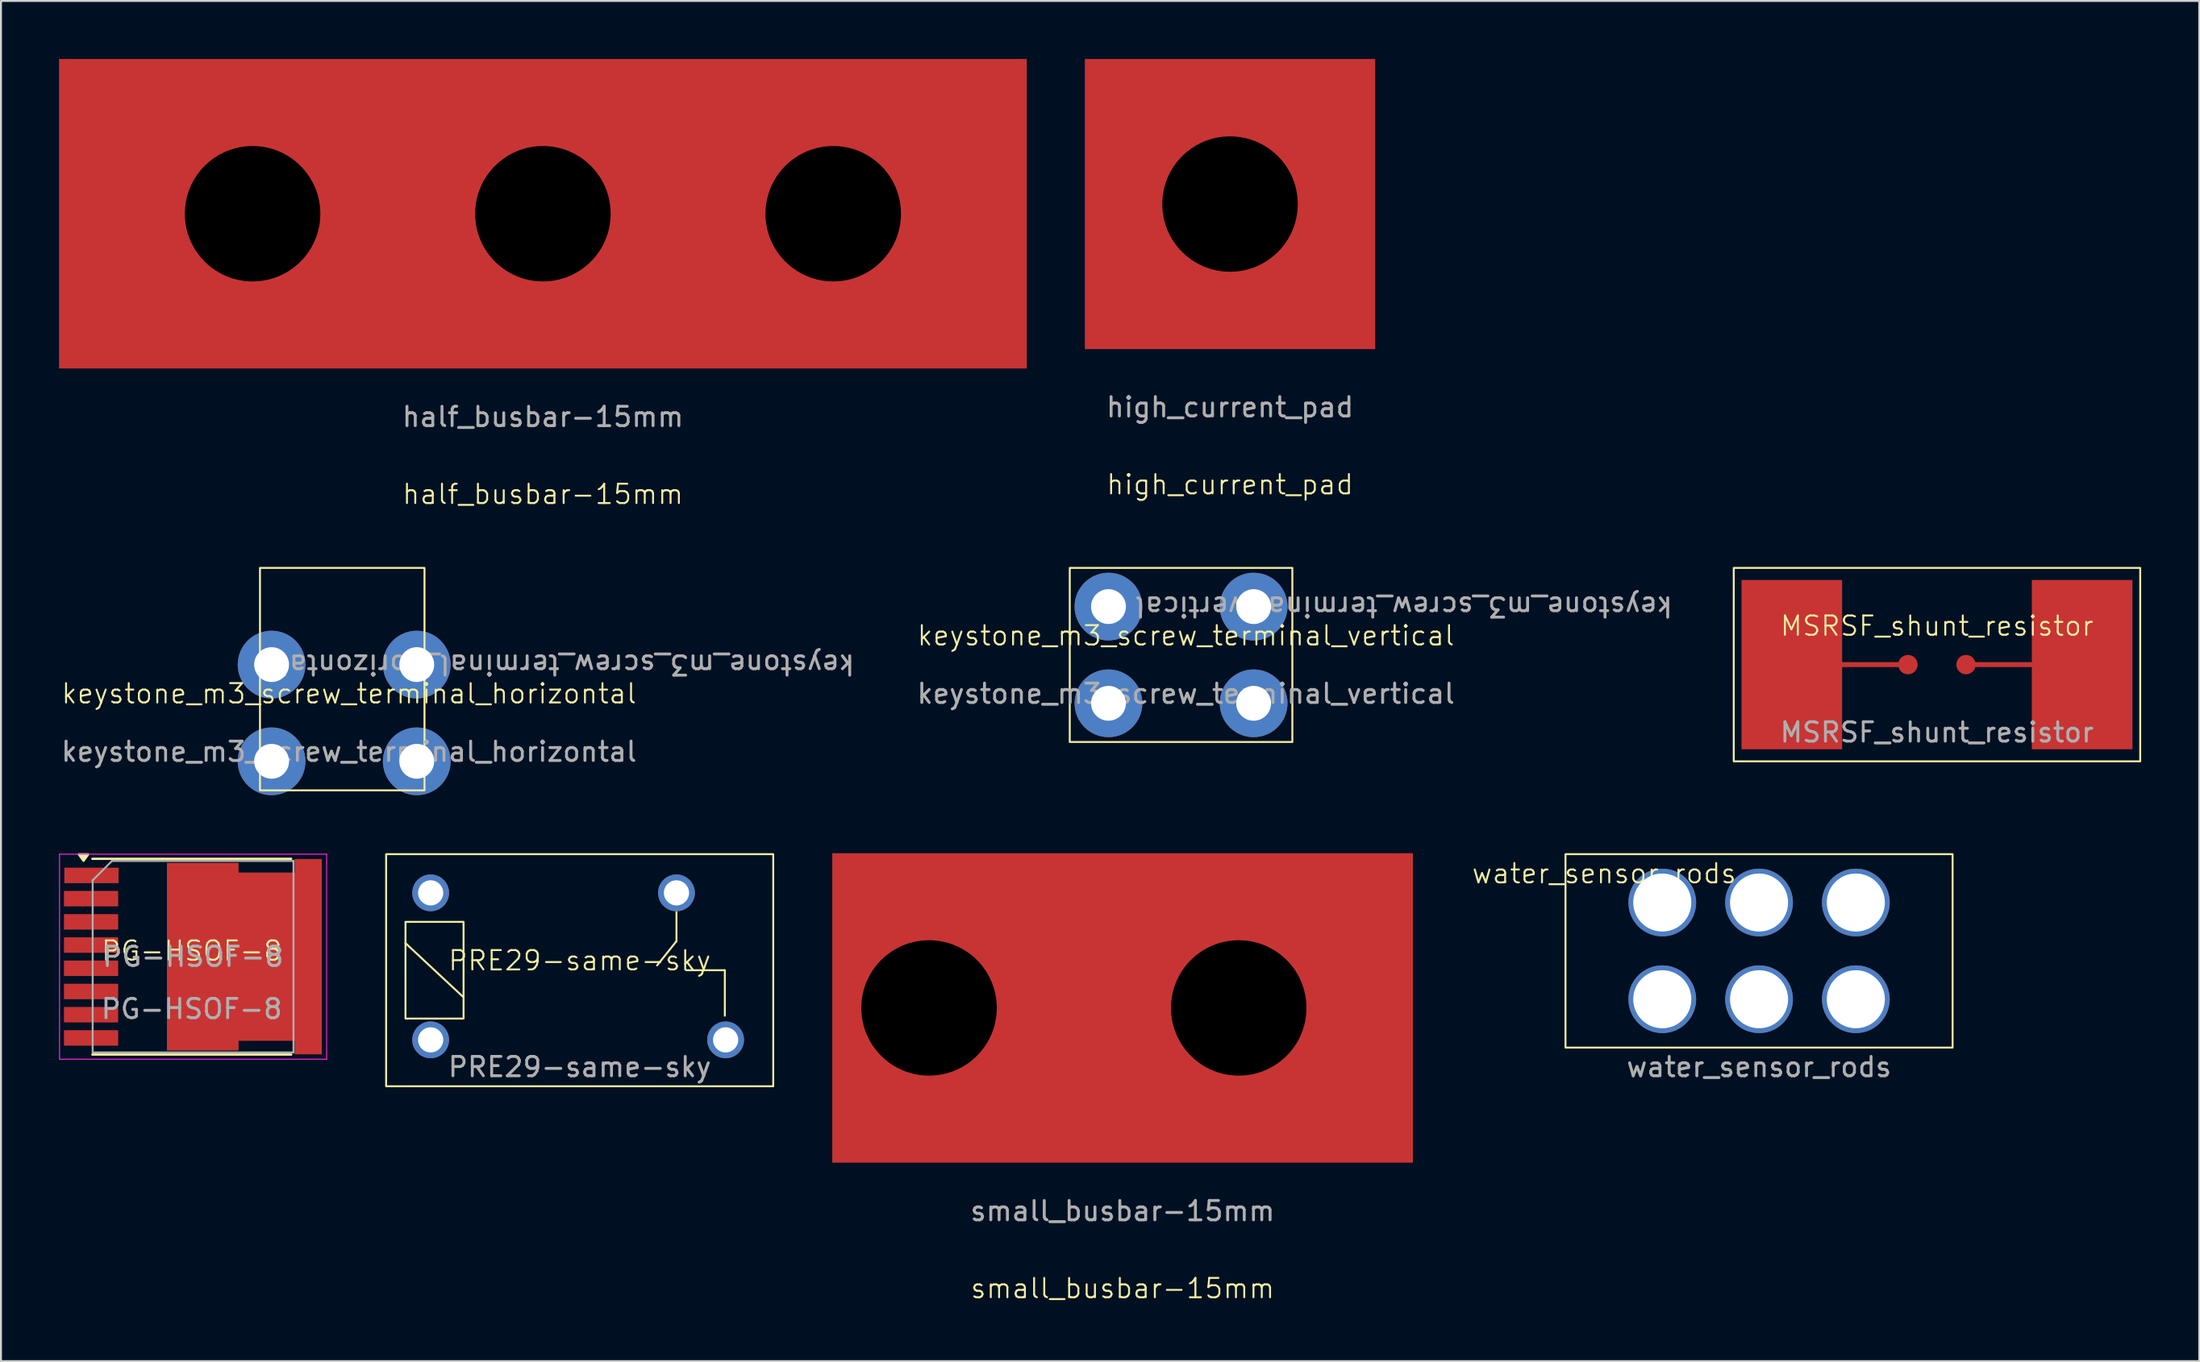
<source format=kicad_pcb>
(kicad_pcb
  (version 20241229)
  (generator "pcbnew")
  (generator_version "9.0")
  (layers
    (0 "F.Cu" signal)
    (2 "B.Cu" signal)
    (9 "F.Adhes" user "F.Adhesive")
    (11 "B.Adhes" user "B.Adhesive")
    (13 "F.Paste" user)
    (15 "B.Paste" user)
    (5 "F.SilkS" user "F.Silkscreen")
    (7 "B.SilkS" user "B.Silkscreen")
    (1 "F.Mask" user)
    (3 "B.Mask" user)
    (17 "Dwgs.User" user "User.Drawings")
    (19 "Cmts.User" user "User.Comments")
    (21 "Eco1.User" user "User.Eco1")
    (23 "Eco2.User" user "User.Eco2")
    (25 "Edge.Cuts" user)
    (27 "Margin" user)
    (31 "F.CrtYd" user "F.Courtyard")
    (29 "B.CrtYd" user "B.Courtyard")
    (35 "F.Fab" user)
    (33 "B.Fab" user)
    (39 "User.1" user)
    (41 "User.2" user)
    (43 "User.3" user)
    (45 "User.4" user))
  (footprint "MSRSF_shunt_resistor"
    (layer "F.Cu")
    (at 97.026 31.311)
    (property "Reference" "MSRSF_shunt_resistor" (at 0 -2 0) (unlocked yes) (layer "F.SilkS") (effects (font (size 1 1) (thickness 0.1))))
    (attr smd)
    (fp_line (start -1.5 0) (end -5 0) (stroke (width 0.254) (type default)) (layer "F.Cu"))
    (fp_line (start 1.5 0) (end 5 0) (stroke (width 0.254) (type default)) (layer "F.Cu"))
    (fp_rect (start -10.5 -5) (end 10.5 5) (stroke (width 0.1) (type default)) (fill no) (layer "F.SilkS"))
    (fp_text user "${REFERENCE}" (at 0 3.5 0) (unlocked yes) (layer "F.Fab") (effects (font (size 1 1) (thickness 0.15))))
    (pad "1" smd rect (at -7.5 0) (size 5.2 8.75) (layers "F.Cu" "F.Mask" "F.Paste"))
    (pad "2" smd circle (at -1.5 0) (size 1 1) (layers "F.Cu" "F.Mask" "F.Paste"))
    (pad "3" smd circle (at 1.5 0) (size 1 1) (layers "F.Cu" "F.Mask" "F.Paste"))
    (pad "4" smd rect (at 7.5 0) (size 5.2 8.75) (layers "F.Cu" "F.Mask" "F.Paste")))
  (footprint "water_sensor_rods"
    (layer "F.Cu")
    (at 87.833 46.111)
    (property "Reference" "water_sensor_rods" (at -8 -4 0) (unlocked yes) (layer "F.SilkS") (effects (font (size 1 1) (thickness 0.1))))
    (fp_rect (start -10 -5) (end 10 5) (stroke (width 0.1) (type default)) (fill no) (layer "F.SilkS"))
    (fp_text user "${REFERENCE}" (at 0 6 0) (unlocked yes) (layer "F.Fab") (effects (font (size 1 1) (thickness 0.15))))
    (pad "1" thru_hole circle (at -5 -2.5) (size 3.5 3.5) (drill 3) (layers "*.Cu" "*.Mask"))
    (pad "2" thru_hole circle (at 0 -2.5) (size 3.5 3.5) (drill 3) (layers "*.Cu" "*.Mask"))
    (pad "3" thru_hole circle (at 5 -2.5) (size 3.5 3.5) (drill 3) (layers "*.Cu" "*.Mask"))
    (pad "4" thru_hole circle (at -5 2.5) (size 3.5 3.5) (drill 3) (layers "*.Cu" "*.Mask"))
    (pad "5" thru_hole circle (at 0 2.5) (size 3.5 3.5) (drill 3) (layers "*.Cu" "*.Mask"))
    (pad "6" thru_hole circle (at 5 2.5) (size 3.5 3.5) (drill 3) (layers "*.Cu" "*.Mask")))
  (footprint "small_busbar-15mm"
    (layer "F.Cu")
    (at 54.95 49.06)
    (property "Reference" "small_busbar-15mm" (at 0 14.5 0) (unlocked yes) (layer "F.SilkS") (effects (font (size 1 1) (thickness 0.1))))
    (attr smd)
    (fp_text user "${REFERENCE}" (at 0 10.5 0) (unlocked yes) (layer "F.Fab") (effects (font (size 1 1) (thickness 0.15))))
    (pad "" np_thru_hole circle (at -10 0) (size 7 7) (drill 7) (layers "*.Mask"))
    (pad "" np_thru_hole circle (at 6 0) (size 7 7) (drill 7) (layers "*.Mask"))
    (pad "1" smd rect (at 0 0) (size 30 16) (layers "F.Cu" "F.Mask" "F.Paste")))
  (footprint "keystone_m3_screw_terminal_vertical"
    (layer "F.Cu")
    (at 58.22 30.311)
    (property "Reference" "keystone_m3_screw_terminal_vertical" (at 0 -0.5 0) (unlocked yes) (layer "F.SilkS") (effects (font (size 1 1) (thickness 0.1))))
    (attr through_hole)
    (fp_rect (start 5.5 5) (end -6 -4) (stroke (width 0.1) (type default)) (fill no) (layer "F.SilkS"))
    (fp_text user "${REFERENCE}" (at 11.25 -2 180) (unlocked yes) (layer "F.Fab") (effects (font (size 1 1) (thickness 0.15))))
    (fp_text user "${REFERENCE}" (at 0 2.5 0) (unlocked yes) (layer "F.Fab") (effects (font (size 1 1) (thickness 0.15))))
    (pad "1" thru_hole circle (at -4 -2 180) (size 3.5 3.5) (drill 1.8) (layers "*.Cu" "*.Mask"))
    (pad "1" thru_hole circle (at -4 3 180) (size 3.5 3.5) (drill 1.8) (layers "*.Cu" "*.Mask"))
    (pad "1" thru_hole circle (at 3.5 -2 180) (size 3.5 3.5) (drill 1.8) (layers "*.Cu" "*.Mask"))
    (pad "1" thru_hole circle (at 3.5 3 180) (size 3.5 3.5) (drill 1.8) (layers "*.Cu" "*.Mask")))
  (footprint "half_busbar-15mm"
    (layer "F.Cu")
    (at 25 8)
    (property "Reference" "half_busbar-15mm" (at 0 14.5 0) (unlocked yes) (layer "F.SilkS") (effects (font (size 1 1) (thickness 0.1))))
    (attr smd)
    (fp_text user "${REFERENCE}" (at 0 10.5 0) (unlocked yes) (layer "F.Fab") (effects (font (size 1 1) (thickness 0.15))))
    (pad "" np_thru_hole circle (at -15 0) (size 7 7) (drill 7) (layers "*.Mask"))
    (pad "" np_thru_hole circle (at 0 0) (size 7 7) (drill 7) (layers "*.Mask"))
    (pad "" np_thru_hole circle (at 15 0) (size 7 7) (drill 7) (layers "*.Mask"))
    (pad "1" smd rect (at 0 0) (size 50 16) (layers "F.Cu" "F.Mask" "F.Paste")))
  (footprint "PRE29-same-sky"
    (layer "F.Cu")
    (at 26.9 46.111)
    (property "Reference" "PRE29-same-sky" (at 0 0.5 0) (unlocked yes) (layer "F.SilkS") (effects (font (size 1 1) (thickness 0.1))))
    (attr through_hole)
    (fp_line (start -9 -0.4) (end -6 2.4) (stroke (width 0.1) (type default)) (layer "F.SilkS"))
    (fp_line (start 5 -2) (end 5 -0.5) (stroke (width 0.1) (type default)) (layer "F.SilkS"))
    (fp_line (start 5 -0.5) (end 4 0.75) (stroke (width 0.1) (type default)) (layer "F.SilkS"))
    (fp_line (start 7.5 1) (end 5.5 1) (stroke (width 0.1) (type default)) (layer "F.SilkS"))
    (fp_line (start 7.5 1) (end 7.5 3.35) (stroke (width 0.1) (type default)) (layer "F.SilkS"))
    (fp_rect (start -10 -5) (end 10 7) (stroke (width 0.1) (type default)) (fill no) (layer "F.SilkS"))
    (fp_rect (start -9 -1.5) (end -6 3.5) (stroke (width 0.1) (type default)) (fill no) (layer "F.SilkS"))
    (fp_text user "${REFERENCE}" (at 0 6 0) (unlocked yes) (layer "F.Fab") (effects (font (size 1 1) (thickness 0.15))))
    (pad "1" thru_hole circle (at -7.7 -3) (size 1.9 1.9) (drill 1.3) (layers "*.Cu" "*.Mask"))
    (pad "2" thru_hole circle (at -7.7 4.6) (size 1.9 1.9) (drill 1.3) (layers "*.Cu" "*.Mask"))
    (pad "3" thru_hole circle (at 5 -3) (size 1.9 1.9) (drill 1.3) (layers "*.Cu" "*.Mask"))
    (pad "4" thru_hole circle (at 7.54 4.6) (size 1.9 1.9) (drill 1.3) (layers "*.Cu" "*.Mask")))
  (footprint "PG-HSOF-8"
    (layer "F.Cu")
    (at 6.855 46.91)
    (property "Reference" "PG-HSOF-8" (at 0 -0.8 0) (unlocked yes) (layer "F.SilkS") (effects (font (size 1 1) (thickness 0.1))))
    (attr smd)
    (fp_line (start -5.13 -5.56) (end 5.14 -5.56) (stroke (width 0.12) (type solid)) (layer "F.SilkS"))
    (fp_line (start -5.13 4.56) (end 5.14 4.56) (stroke (width 0.12) (type solid)) (layer "F.SilkS"))
    (fp_poly (pts (xy -5.59 -5.46) (xy -5.35 -5.79) (xy -5.83 -5.79) (xy -5.59 -5.46)) (stroke (width 0.12) (type solid)) (fill yes) (layer "F.SilkS"))
    (fp_line (start -6.83 4.8) (end -6.83 -5.8) (stroke (width 0.05) (type solid)) (layer "F.CrtYd"))
    (fp_line (start -6.83 4.8) (end 6.97 4.8) (stroke (width 0.05) (type solid)) (layer "F.CrtYd"))
    (fp_line (start 6.97 -5.8) (end -6.83 -5.8) (stroke (width 0.05) (type solid)) (layer "F.CrtYd"))
    (fp_line (start 6.97 -5.8) (end 6.97 4.8) (stroke (width 0.05) (type solid)) (layer "F.CrtYd"))
    (fp_line (start -5.117 4.45) (end -5.117 -4.45) (stroke (width 0.1) (type solid)) (layer "F.Fab"))
    (fp_line (start -4.117 -5.45) (end -5.117 -4.45) (stroke (width 0.1) (type solid)) (layer "F.Fab"))
    (fp_line (start -4.117 -5.45) (end 5.258 -5.45) (stroke (width 0.1) (type solid)) (layer "F.Fab"))
    (fp_line (start 5.258 -5.45) (end 5.258 4.45) (stroke (width 0.1) (type solid)) (layer "F.Fab"))
    (fp_line (start 5.258 4.45) (end -5.117 4.45) (stroke (width 0.1) (type solid)) (layer "F.Fab"))
    (fp_text user "${REFERENCE}" (at 0 2.2 0) (unlocked yes) (layer "F.Fab") (effects (font (size 1 1) (thickness 0.15))))
    (fp_text user "${REFERENCE}" (at 0.07 -0.5 0) (layer "F.Fab") (effects (font (size 1 1) (thickness 0.15))))
    (pad "" smd rect (at -5.18 -4.7) (size 2.6 0.7) (layers "F.Paste"))
    (pad "" smd rect (at -5.18 -3.5) (size 2.6 0.7) (layers "F.Paste"))
    (pad "" smd rect (at -5.18 -2.3) (size 2.6 0.7) (layers "F.Paste"))
    (pad "" smd rect (at -5.18 -1.1) (size 2.6 0.7) (layers "F.Paste"))
    (pad "" smd rect (at -5.18 0.1) (size 2.6 0.7) (layers "F.Paste"))
    (pad "" smd rect (at -5.18 1.3) (size 2.6 0.7) (layers "F.Paste"))
    (pad "" smd rect (at -5.18 2.5) (size 2.6 0.7) (layers "F.Paste"))
    (pad "" smd rect (at -5.18 3.7) (size 2.6 0.7) (layers "F.Paste"))
    (pad "" smd circle (at 0 -4.7) (size 1 1) (layers "F.Paste"))
    (pad "" smd circle (at 0 -3.5) (size 1 1) (layers "F.Paste"))
    (pad "" smd circle (at 0 -2.3) (size 1 1) (layers "F.Paste"))
    (pad "" smd circle (at 0 -1.1) (size 1 1) (layers "F.Paste"))
    (pad "" smd circle (at 0 0.1) (size 1 1) (layers "F.Paste"))
    (pad "" smd circle (at 0 1.3) (size 1 1) (layers "F.Paste"))
    (pad "" smd circle (at 0 2.5) (size 1 1) (layers "F.Paste"))
    (pad "" smd circle (at 0 3.7) (size 1 1) (layers "F.Paste"))
    (pad "" smd circle (at 1.2 -4.7) (size 1 1) (layers "F.Paste"))
    (pad "" smd circle (at 1.2 -3.5) (size 1 1) (layers "F.Paste"))
    (pad "" smd circle (at 1.2 -2.3) (size 1 1) (layers "F.Paste"))
    (pad "" smd circle (at 1.2 -1.1) (size 1 1) (layers "F.Paste"))
    (pad "" smd circle (at 1.2 0.1) (size 1 1) (layers "F.Paste"))
    (pad "" smd circle (at 1.2 1.3) (size 1 1) (layers "F.Paste"))
    (pad "" smd circle (at 1.2 2.5) (size 1 1) (layers "F.Paste"))
    (pad "" smd circle (at 1.2 3.7) (size 1 1) (layers "F.Paste"))
    (pad "" smd circle (at 2.4 -3.5) (size 1 1) (layers "F.Paste"))
    (pad "" smd circle (at 2.4 -2.3) (size 1 1) (layers "F.Paste"))
    (pad "" smd circle (at 2.4 -1.1) (size 1 1) (layers "F.Paste"))
    (pad "" smd circle (at 2.4 0.1) (size 1 1) (layers "F.Paste"))
    (pad "" smd circle (at 2.4 1.3) (size 1 1) (layers "F.Paste"))
    (pad "" smd circle (at 2.4 2.5) (size 1 1) (layers "F.Paste"))
    (pad "" smd circle (at 3.6 -3.5) (size 1 1) (layers "F.Paste"))
    (pad "" smd circle (at 3.6 -2.3) (size 1 1) (layers "F.Paste"))
    (pad "" smd circle (at 3.6 -1.1) (size 1 1) (layers "F.Paste"))
    (pad "" smd circle (at 3.6 0.1) (size 1 1) (layers "F.Paste"))
    (pad "" smd circle (at 3.6 1.3) (size 1 1) (layers "F.Paste"))
    (pad "" smd circle (at 3.6 2.5) (size 1 1) (layers "F.Paste"))
    (pad "" smd circle (at 4.8 -3.5) (size 1 1) (layers "F.Paste"))
    (pad "" smd circle (at 4.8 -2.3) (size 1 1) (layers "F.Paste"))
    (pad "" smd circle (at 4.8 -1.1) (size 1 1) (layers "F.Paste"))
    (pad "" smd circle (at 4.8 0.1) (size 1 1) (layers "F.Paste"))
    (pad "" smd circle (at 4.8 1.3) (size 1 1) (layers "F.Paste"))
    (pad "" smd circle (at 4.8 2.5) (size 1 1) (layers "F.Paste"))
    (pad "" smd circle (at 6 -4.7) (size 1 1) (layers "F.Paste"))
    (pad "" smd circle (at 6 -3.5) (size 1 1) (layers "F.Paste"))
    (pad "" smd circle (at 6 -2.3) (size 1 1) (layers "F.Paste"))
    (pad "" smd circle (at 6 -1.1) (size 1 1) (layers "F.Paste"))
    (pad "" smd circle (at 6 0.1) (size 1 1) (layers "F.Paste"))
    (pad "" smd circle (at 6 1.3) (size 1 1) (layers "F.Paste"))
    (pad "" smd circle (at 6 2.5) (size 1 1) (layers "F.Paste"))
    (pad "" smd circle (at 6 3.7) (size 1 1) (layers "F.Paste"))
    (pad "1" smd rect (at -5.18 -4.7) (size 2.8 0.8) (layers "F.Cu" "F.Mask"))
    (pad "2" smd rect (at -5.2 -3.5) (size 2.8 0.8) (layers "F.Cu" "F.Mask"))
    (pad "3" smd rect (at -5.2 -2.3) (size 2.8 0.8) (layers "F.Cu" "F.Mask"))
    (pad "4" smd rect (at -5.2 -1.1) (size 2.8 0.8) (layers "F.Cu" "F.Mask"))
    (pad "5" smd rect (at -5.2 0.1) (size 2.8 0.8) (layers "F.Cu" "F.Mask"))
    (pad "5" smd rect (at -5.2 1.3) (size 2.8 0.8) (layers "F.Cu" "F.Mask"))
    (pad "5" smd rect (at -5.2 2.5) (size 2.8 0.8) (layers "F.Cu" "F.Mask"))
    (pad "5" smd rect (at -5.2 3.7) (size 2.8 0.8) (layers "F.Cu" "F.Mask"))
    (pad "6" smd custom (at 3.87 -0.5) (size 2.9 8.7) (layers "F.Cu" "F.Mask") (options (anchor rect)) (primitives (gr_poly (pts (xy 2.85 5.05) (xy 1.45 5.05) (xy 1.45 -5.05) (xy 2.85 -5.05)) (width 0) (fill yes)) (gr_poly (pts (xy -1.45 4.85) (xy -5.15 4.85) (xy -5.15 -4.85) (xy -1.45 -4.85)) (width 0) (fill yes)))))
  (footprint "high_current_pad"
    (layer "F.Cu")
    (at 60.5 7.5)
    (property "Reference" "high_current_pad" (at 0 14.5 0) (unlocked yes) (layer "F.SilkS") (effects (font (size 1 1) (thickness 0.1))))
    (property "mating_on_wire_conn" "" (at 0 0 0) (layer "F.SilkS") (effects (font (size 1 1) (thickness 0.1))))
    (attr smd)
    (fp_text user "${REFERENCE}" (at 0 10.5 0) (unlocked yes) (layer "F.Fab") (effects (font (size 1 1) (thickness 0.15))))
    (pad "" np_thru_hole circle (at 0 0) (size 7 7) (drill 7) (layers "*.Mask"))
    (pad "1" smd rect (at 0 0 180) (size 15 15) (property pad_prop_heatsink) (layers "F.Cu" "F.Mask" "F.Paste")))
  (footprint "keystone_m3_screw_terminal_horizontal"
    (layer "F.Cu")
    (at 14.982 33.31)
    (property "Reference" "keystone_m3_screw_terminal_horizontal" (at 0 -0.5 0) (unlocked yes) (layer "F.SilkS") (effects (font (size 1 1) (thickness 0.1))))
    (attr through_hole)
    (fp_rect (start 3.9 4.5) (end -4.6 -7) (stroke (width 0.1) (type default)) (fill no) (layer "F.SilkS"))
    (fp_text user "${REFERENCE}" (at 11.25 -2 180) (unlocked yes) (layer "F.Fab") (effects (font (size 1 1) (thickness 0.15))))
    (fp_text user "${REFERENCE}" (at 0 2.5 0) (unlocked yes) (layer "F.Fab") (effects (font (size 1 1) (thickness 0.15))))
    (pad "2" thru_hole circle (at -4 -2 180) (size 3.5 3.5) (drill 1.8) (layers "*.Cu" "*.Mask"))
    (pad "2" thru_hole circle (at -4 3 180) (size 3.5 3.5) (drill 1.8) (layers "*.Cu" "*.Mask"))
    (pad "2" thru_hole circle (at 3.5 -2 180) (size 3.5 3.5) (drill 1.8) (layers "*.Cu" "*.Mask"))
    (pad "2" thru_hole circle (at 3.5 3 180) (size 3.5 3.5) (drill 1.8) (layers "*.Cu" "*.Mask")))
  (gr_rect
    (start -3 -3)
    (end 110.576 67.321)
    (stroke (width 0.1) (type default))
    (fill no)
    (layer "Edge.Cuts")))
</source>
